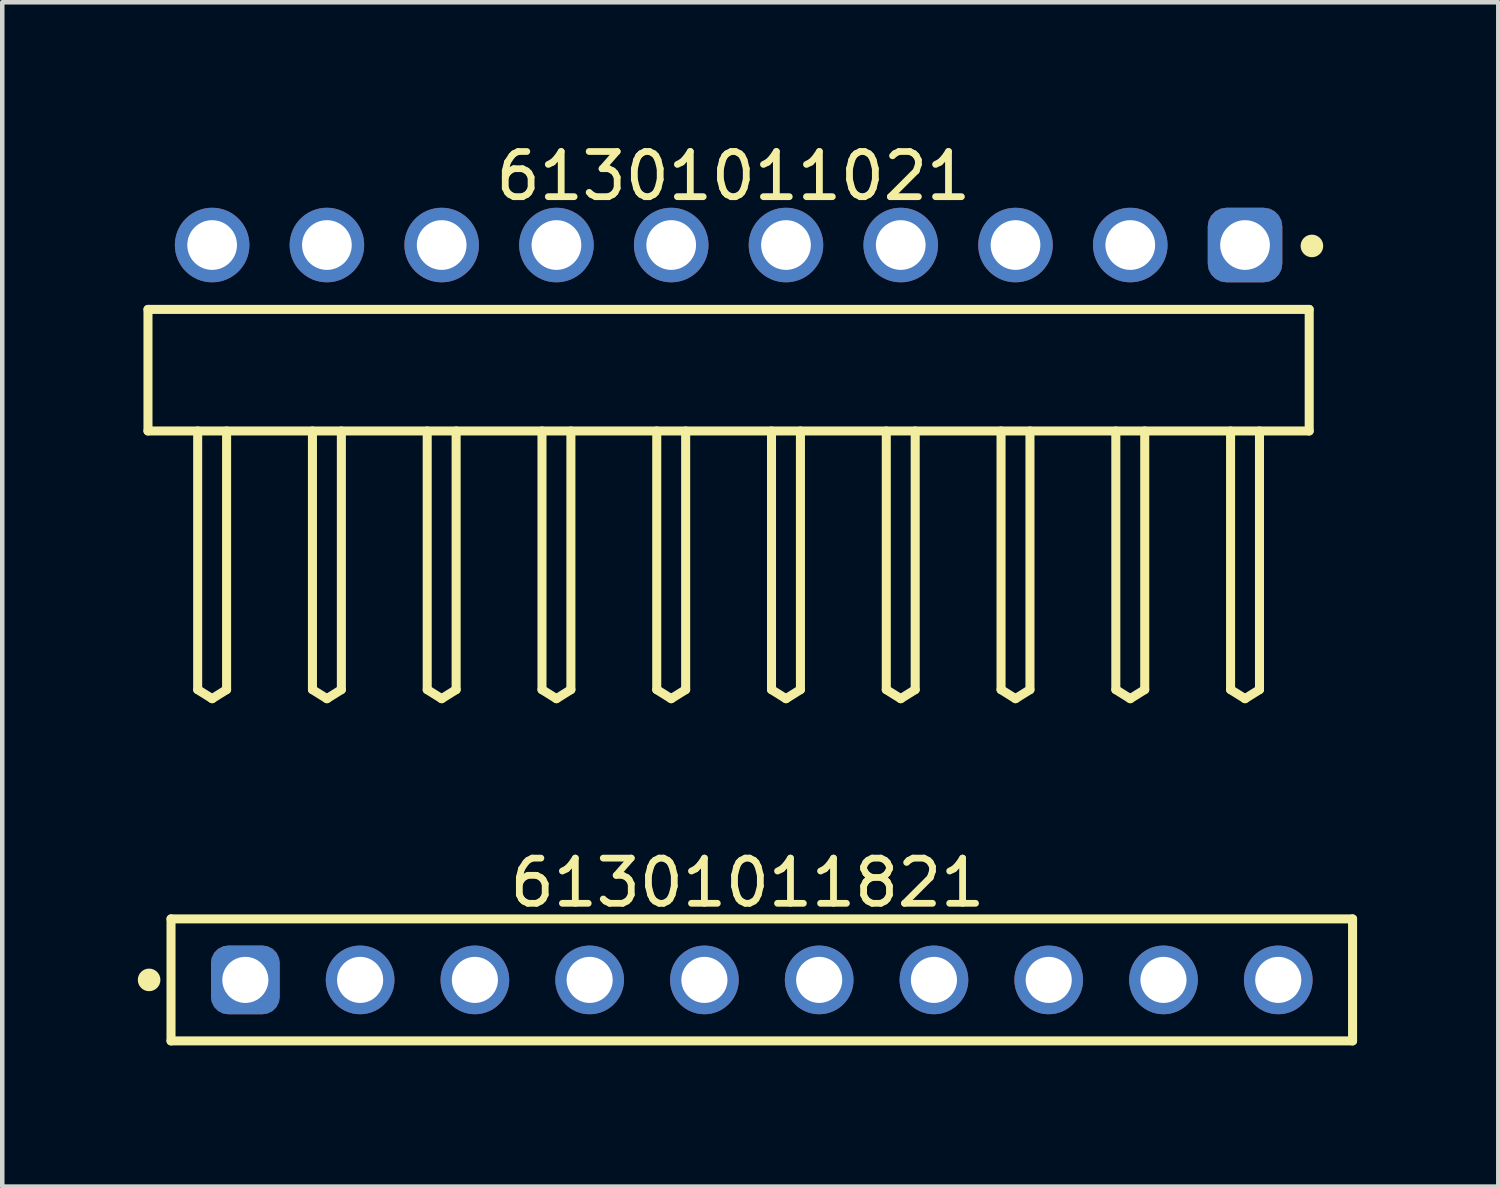
<source format=kicad_pcb>
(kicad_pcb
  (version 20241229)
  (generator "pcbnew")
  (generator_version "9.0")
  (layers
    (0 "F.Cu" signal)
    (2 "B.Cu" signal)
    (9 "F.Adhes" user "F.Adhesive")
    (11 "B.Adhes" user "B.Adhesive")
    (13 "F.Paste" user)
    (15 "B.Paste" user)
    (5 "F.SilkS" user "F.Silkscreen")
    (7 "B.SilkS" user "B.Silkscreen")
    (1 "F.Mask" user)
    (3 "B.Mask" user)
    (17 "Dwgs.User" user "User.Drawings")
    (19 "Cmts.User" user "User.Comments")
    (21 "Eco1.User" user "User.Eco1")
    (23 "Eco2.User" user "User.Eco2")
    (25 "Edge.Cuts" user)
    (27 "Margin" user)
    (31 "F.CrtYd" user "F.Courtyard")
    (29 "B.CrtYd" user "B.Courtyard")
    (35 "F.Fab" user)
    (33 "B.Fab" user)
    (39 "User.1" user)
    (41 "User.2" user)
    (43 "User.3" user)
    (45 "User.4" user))
  (footprint "61301011021"
    (layer "F.Cu")
    (at 13.075 5.143)
    (property "Reference" "61301011021" (at 0.105 -4.295 0) (layer "F.SilkS") (effects (font (size 1 1) (thickness 0.15))))
    (fp_line (start -12.85 -1.345) (end 12.85 -1.345) (stroke (width 0.2) (type solid)) (layer "F.SilkS"))
    (fp_line (start -12.85 1.345) (end -12.85 -1.345) (stroke (width 0.2) (type solid)) (layer "F.SilkS"))
    (fp_line (start -12.85 1.345) (end 12.85 1.345) (stroke (width 0.2) (type solid)) (layer "F.SilkS"))
    (fp_line (start -11.75 7.07) (end -11.75 1.345) (stroke (width 0.2) (type solid)) (layer "F.SilkS"))
    (fp_line (start -11.75 7.07) (end -11.43 7.27) (stroke (width 0.2) (type solid)) (layer "F.SilkS"))
    (fp_line (start -11.43 7.27) (end -11.11 7.07) (stroke (width 0.2) (type solid)) (layer "F.SilkS"))
    (fp_line (start -11.11 7.07) (end -11.11 1.345) (stroke (width 0.2) (type solid)) (layer "F.SilkS"))
    (fp_line (start -9.21 7.07) (end -9.21 1.345) (stroke (width 0.2) (type solid)) (layer "F.SilkS"))
    (fp_line (start -9.21 7.07) (end -8.89 7.27) (stroke (width 0.2) (type solid)) (layer "F.SilkS"))
    (fp_line (start -8.89 7.27) (end -8.57 7.07) (stroke (width 0.2) (type solid)) (layer "F.SilkS"))
    (fp_line (start -8.57 7.07) (end -8.57 1.345) (stroke (width 0.2) (type solid)) (layer "F.SilkS"))
    (fp_line (start -6.67 7.07) (end -6.67 1.345) (stroke (width 0.2) (type solid)) (layer "F.SilkS"))
    (fp_line (start -6.67 7.07) (end -6.35 7.27) (stroke (width 0.2) (type solid)) (layer "F.SilkS"))
    (fp_line (start -6.35 7.27) (end -6.03 7.07) (stroke (width 0.2) (type solid)) (layer "F.SilkS"))
    (fp_line (start -6.03 7.07) (end -6.03 1.345) (stroke (width 0.2) (type solid)) (layer "F.SilkS"))
    (fp_line (start -4.13 7.07) (end -4.13 1.345) (stroke (width 0.2) (type solid)) (layer "F.SilkS"))
    (fp_line (start -4.13 7.07) (end -3.81 7.27) (stroke (width 0.2) (type solid)) (layer "F.SilkS"))
    (fp_line (start -3.81 7.27) (end -3.49 7.07) (stroke (width 0.2) (type solid)) (layer "F.SilkS"))
    (fp_line (start -3.49 7.07) (end -3.49 1.345) (stroke (width 0.2) (type solid)) (layer "F.SilkS"))
    (fp_line (start -1.59 7.07) (end -1.59 1.345) (stroke (width 0.2) (type solid)) (layer "F.SilkS"))
    (fp_line (start -1.59 7.07) (end -1.27 7.27) (stroke (width 0.2) (type solid)) (layer "F.SilkS"))
    (fp_line (start -1.27 7.27) (end -0.95 7.07) (stroke (width 0.2) (type solid)) (layer "F.SilkS"))
    (fp_line (start -0.95 7.07) (end -0.95 1.345) (stroke (width 0.2) (type solid)) (layer "F.SilkS"))
    (fp_line (start 0.95 7.07) (end 0.95 1.345) (stroke (width 0.2) (type solid)) (layer "F.SilkS"))
    (fp_line (start 0.95 7.07) (end 1.27 7.27) (stroke (width 0.2) (type solid)) (layer "F.SilkS"))
    (fp_line (start 1.27 7.27) (end 1.59 7.07) (stroke (width 0.2) (type solid)) (layer "F.SilkS"))
    (fp_line (start 1.59 7.07) (end 1.59 1.345) (stroke (width 0.2) (type solid)) (layer "F.SilkS"))
    (fp_line (start 3.49 7.07) (end 3.49 1.345) (stroke (width 0.2) (type solid)) (layer "F.SilkS"))
    (fp_line (start 3.49 7.07) (end 3.81 7.27) (stroke (width 0.2) (type solid)) (layer "F.SilkS"))
    (fp_line (start 3.81 7.27) (end 4.13 7.07) (stroke (width 0.2) (type solid)) (layer "F.SilkS"))
    (fp_line (start 4.13 7.07) (end 4.13 1.345) (stroke (width 0.2) (type solid)) (layer "F.SilkS"))
    (fp_line (start 6.03 7.07) (end 6.03 1.345) (stroke (width 0.2) (type solid)) (layer "F.SilkS"))
    (fp_line (start 6.03 7.07) (end 6.35 7.27) (stroke (width 0.2) (type solid)) (layer "F.SilkS"))
    (fp_line (start 6.35 7.27) (end 6.67 7.07) (stroke (width 0.2) (type solid)) (layer "F.SilkS"))
    (fp_line (start 6.67 7.07) (end 6.67 1.345) (stroke (width 0.2) (type solid)) (layer "F.SilkS"))
    (fp_line (start 8.57 7.07) (end 8.57 1.345) (stroke (width 0.2) (type solid)) (layer "F.SilkS"))
    (fp_line (start 8.57 7.07) (end 8.89 7.27) (stroke (width 0.2) (type solid)) (layer "F.SilkS"))
    (fp_line (start 8.89 7.27) (end 9.21 7.07) (stroke (width 0.2) (type solid)) (layer "F.SilkS"))
    (fp_line (start 9.21 7.07) (end 9.21 1.345) (stroke (width 0.2) (type solid)) (layer "F.SilkS"))
    (fp_line (start 11.11 7.07) (end 11.11 1.345) (stroke (width 0.2) (type solid)) (layer "F.SilkS"))
    (fp_line (start 11.11 7.07) (end 11.43 7.27) (stroke (width 0.2) (type solid)) (layer "F.SilkS"))
    (fp_line (start 11.43 7.27) (end 11.75 7.07) (stroke (width 0.2) (type solid)) (layer "F.SilkS"))
    (fp_line (start 11.75 7.07) (end 11.75 1.345) (stroke (width 0.2) (type solid)) (layer "F.SilkS"))
    (fp_line (start 12.85 1.345) (end 12.85 -1.345) (stroke (width 0.2) (type solid)) (layer "F.SilkS"))
    (fp_circle (center 12.91 -2.75) (end 12.91 -2.875) (stroke (width 0.25) (type solid)) (fill no) (layer "F.SilkS"))
    (fp_line (start -13.05 -3.795) (end 13.05 -3.795) (stroke (width 0.05) (type solid)) (layer "Eco2.User"))
    (fp_line (start -13.05 7.47) (end -13.05 -3.795) (stroke (width 0.05) (type solid)) (layer "Eco2.User"))
    (fp_line (start -13.05 7.47) (end 13.05 7.47) (stroke (width 0.05) (type solid)) (layer "Eco2.User"))
    (fp_line (start -12.7 -1.27) (end 12.7 -1.27) (stroke (width 0.1) (type solid)) (layer "Eco2.User"))
    (fp_line (start -12.7 1.27) (end -12.7 -1.27) (stroke (width 0.1) (type solid)) (layer "Eco2.User"))
    (fp_line (start -12.7 1.27) (end 12.7 1.27) (stroke (width 0.1) (type solid)) (layer "Eco2.User"))
    (fp_line (start -11.75 -3.09) (end -11.11 -3.09) (stroke (width 0.1) (type solid)) (layer "Eco2.User"))
    (fp_line (start -11.75 -1.27) (end -11.75 -3.09) (stroke (width 0.1) (type solid)) (layer "Eco2.User"))
    (fp_line (start -11.75 7.07) (end -11.75 1.27) (stroke (width 0.1) (type solid)) (layer "Eco2.User"))
    (fp_line (start -11.75 7.07) (end -11.43 7.27) (stroke (width 0.1) (type solid)) (layer "Eco2.User"))
    (fp_line (start -11.43 7.27) (end -11.11 7.07) (stroke (width 0.1) (type solid)) (layer "Eco2.User"))
    (fp_line (start -11.11 -1.27) (end -11.11 -3.09) (stroke (width 0.1) (type solid)) (layer "Eco2.User"))
    (fp_line (start -11.11 7.07) (end -11.11 1.27) (stroke (width 0.1) (type solid)) (layer "Eco2.User"))
    (fp_line (start -9.21 -3.09) (end -8.57 -3.09) (stroke (width 0.1) (type solid)) (layer "Eco2.User"))
    (fp_line (start -9.21 -1.27) (end -9.21 -3.09) (stroke (width 0.1) (type solid)) (layer "Eco2.User"))
    (fp_line (start -9.21 7.07) (end -9.21 1.27) (stroke (width 0.1) (type solid)) (layer "Eco2.User"))
    (fp_line (start -9.21 7.07) (end -8.89 7.27) (stroke (width 0.1) (type solid)) (layer "Eco2.User"))
    (fp_line (start -8.89 7.27) (end -8.57 7.07) (stroke (width 0.1) (type solid)) (layer "Eco2.User"))
    (fp_line (start -8.57 -1.27) (end -8.57 -3.09) (stroke (width 0.1) (type solid)) (layer "Eco2.User"))
    (fp_line (start -8.57 7.07) (end -8.57 1.27) (stroke (width 0.1) (type solid)) (layer "Eco2.User"))
    (fp_line (start -6.67 -3.09) (end -6.03 -3.09) (stroke (width 0.1) (type solid)) (layer "Eco2.User"))
    (fp_line (start -6.67 -1.27) (end -6.67 -3.09) (stroke (width 0.1) (type solid)) (layer "Eco2.User"))
    (fp_line (start -6.67 7.07) (end -6.67 1.27) (stroke (width 0.1) (type solid)) (layer "Eco2.User"))
    (fp_line (start -6.67 7.07) (end -6.35 7.27) (stroke (width 0.1) (type solid)) (layer "Eco2.User"))
    (fp_line (start -6.35 7.27) (end -6.03 7.07) (stroke (width 0.1) (type solid)) (layer "Eco2.User"))
    (fp_line (start -6.03 -1.27) (end -6.03 -3.09) (stroke (width 0.1) (type solid)) (layer "Eco2.User"))
    (fp_line (start -6.03 7.07) (end -6.03 1.27) (stroke (width 0.1) (type solid)) (layer "Eco2.User"))
    (fp_line (start -4.13 -3.09) (end -3.49 -3.09) (stroke (width 0.1) (type solid)) (layer "Eco2.User"))
    (fp_line (start -4.13 -1.27) (end -4.13 -3.09) (stroke (width 0.1) (type solid)) (layer "Eco2.User"))
    (fp_line (start -4.13 7.07) (end -4.13 1.27) (stroke (width 0.1) (type solid)) (layer "Eco2.User"))
    (fp_line (start -4.13 7.07) (end -3.81 7.27) (stroke (width 0.1) (type solid)) (layer "Eco2.User"))
    (fp_line (start -3.81 7.27) (end -3.49 7.07) (stroke (width 0.1) (type solid)) (layer "Eco2.User"))
    (fp_line (start -3.49 -1.27) (end -3.49 -3.09) (stroke (width 0.1) (type solid)) (layer "Eco2.User"))
    (fp_line (start -3.49 7.07) (end -3.49 1.27) (stroke (width 0.1) (type solid)) (layer "Eco2.User"))
    (fp_line (start -1.59 -3.09) (end -0.95 -3.09) (stroke (width 0.1) (type solid)) (layer "Eco2.User"))
    (fp_line (start -1.59 -1.27) (end -1.59 -3.09) (stroke (width 0.1) (type solid)) (layer "Eco2.User"))
    (fp_line (start -1.59 7.07) (end -1.59 1.27) (stroke (width 0.1) (type solid)) (layer "Eco2.User"))
    (fp_line (start -1.59 7.07) (end -1.27 7.27) (stroke (width 0.1) (type solid)) (layer "Eco2.User"))
    (fp_line (start -1.27 7.27) (end -0.95 7.07) (stroke (width 0.1) (type solid)) (layer "Eco2.User"))
    (fp_line (start -0.95 -1.27) (end -0.95 -3.09) (stroke (width 0.1) (type solid)) (layer "Eco2.User"))
    (fp_line (start -0.95 7.07) (end -0.95 1.27) (stroke (width 0.1) (type solid)) (layer "Eco2.User"))
    (fp_line (start -0.5 0) (end 0.5 0) (stroke (width 0.05) (type solid)) (layer "Eco2.User"))
    (fp_line (start 0 0.5) (end 0 -0.5) (stroke (width 0.05) (type solid)) (layer "Eco2.User"))
    (fp_line (start 0.95 -3.09) (end 1.59 -3.09) (stroke (width 0.1) (type solid)) (layer "Eco2.User"))
    (fp_line (start 0.95 -1.27) (end 0.95 -3.09) (stroke (width 0.1) (type solid)) (layer "Eco2.User"))
    (fp_line (start 0.95 7.07) (end 0.95 1.27) (stroke (width 0.1) (type solid)) (layer "Eco2.User"))
    (fp_line (start 0.95 7.07) (end 1.27 7.27) (stroke (width 0.1) (type solid)) (layer "Eco2.User"))
    (fp_line (start 1.27 7.27) (end 1.59 7.07) (stroke (width 0.1) (type solid)) (layer "Eco2.User"))
    (fp_line (start 1.59 -1.27) (end 1.59 -3.09) (stroke (width 0.1) (type solid)) (layer "Eco2.User"))
    (fp_line (start 1.59 7.07) (end 1.59 1.27) (stroke (width 0.1) (type solid)) (layer "Eco2.User"))
    (fp_line (start 3.49 -3.09) (end 4.13 -3.09) (stroke (width 0.1) (type solid)) (layer "Eco2.User"))
    (fp_line (start 3.49 -1.27) (end 3.49 -3.09) (stroke (width 0.1) (type solid)) (layer "Eco2.User"))
    (fp_line (start 3.49 7.07) (end 3.49 1.27) (stroke (width 0.1) (type solid)) (layer "Eco2.User"))
    (fp_line (start 3.49 7.07) (end 3.81 7.27) (stroke (width 0.1) (type solid)) (layer "Eco2.User"))
    (fp_line (start 3.81 7.27) (end 4.13 7.07) (stroke (width 0.1) (type solid)) (layer "Eco2.User"))
    (fp_line (start 4.13 -1.27) (end 4.13 -3.09) (stroke (width 0.1) (type solid)) (layer "Eco2.User"))
    (fp_line (start 4.13 7.07) (end 4.13 1.27) (stroke (width 0.1) (type solid)) (layer "Eco2.User"))
    (fp_line (start 6.03 -3.09) (end 6.67 -3.09) (stroke (width 0.1) (type solid)) (layer "Eco2.User"))
    (fp_line (start 6.03 -1.27) (end 6.03 -3.09) (stroke (width 0.1) (type solid)) (layer "Eco2.User"))
    (fp_line (start 6.03 7.07) (end 6.03 1.27) (stroke (width 0.1) (type solid)) (layer "Eco2.User"))
    (fp_line (start 6.03 7.07) (end 6.35 7.27) (stroke (width 0.1) (type solid)) (layer "Eco2.User"))
    (fp_line (start 6.35 7.27) (end 6.67 7.07) (stroke (width 0.1) (type solid)) (layer "Eco2.User"))
    (fp_line (start 6.67 -1.27) (end 6.67 -3.09) (stroke (width 0.1) (type solid)) (layer "Eco2.User"))
    (fp_line (start 6.67 7.07) (end 6.67 1.27) (stroke (width 0.1) (type solid)) (layer "Eco2.User"))
    (fp_line (start 8.57 -3.09) (end 9.21 -3.09) (stroke (width 0.1) (type solid)) (layer "Eco2.User"))
    (fp_line (start 8.57 -1.27) (end 8.57 -3.09) (stroke (width 0.1) (type solid)) (layer "Eco2.User"))
    (fp_line (start 8.57 7.07) (end 8.57 1.27) (stroke (width 0.1) (type solid)) (layer "Eco2.User"))
    (fp_line (start 8.57 7.07) (end 8.89 7.27) (stroke (width 0.1) (type solid)) (layer "Eco2.User"))
    (fp_line (start 8.89 7.27) (end 9.21 7.07) (stroke (width 0.1) (type solid)) (layer "Eco2.User"))
    (fp_line (start 9.21 -1.27) (end 9.21 -3.09) (stroke (width 0.1) (type solid)) (layer "Eco2.User"))
    (fp_line (start 9.21 7.07) (end 9.21 1.27) (stroke (width 0.1) (type solid)) (layer "Eco2.User"))
    (fp_line (start 11.11 -3.09) (end 11.75 -3.09) (stroke (width 0.1) (type solid)) (layer "Eco2.User"))
    (fp_line (start 11.11 -1.27) (end 11.11 -3.09) (stroke (width 0.1) (type solid)) (layer "Eco2.User"))
    (fp_line (start 11.11 7.07) (end 11.11 1.27) (stroke (width 0.1) (type solid)) (layer "Eco2.User"))
    (fp_line (start 11.11 7.07) (end 11.43 7.27) (stroke (width 0.1) (type solid)) (layer "Eco2.User"))
    (fp_line (start 11.43 7.27) (end 11.75 7.07) (stroke (width 0.1) (type solid)) (layer "Eco2.User"))
    (fp_line (start 11.75 -1.27) (end 11.75 -3.09) (stroke (width 0.1) (type solid)) (layer "Eco2.User"))
    (fp_line (start 11.75 7.07) (end 11.75 1.27) (stroke (width 0.1) (type solid)) (layer "Eco2.User"))
    (fp_line (start 12.7 1.27) (end 12.7 -1.27) (stroke (width 0.1) (type solid)) (layer "Eco2.User"))
    (fp_line (start 13.05 7.47) (end 13.05 -3.795) (stroke (width 0.05) (type solid)) (layer "Eco2.User"))
    (fp_text user "${REFERENCE}" (at 0.15 -0.197 0) (unlocked yes) (layer "User.3") (effects (font (size 1.5 1.5) (thickness 0.15))))
    (pad "1" thru_hole roundrect (at 11.43 -2.77) (size 1.65 1.65) (drill 1.1) (layers "*.Cu" "*.Mask") (roundrect_rratio 0.25))
    (pad "2" thru_hole circle (at 8.89 -2.77) (size 1.65 1.65) (drill 1.1) (layers "*.Cu" "*.Mask"))
    (pad "3" thru_hole circle (at 6.35 -2.77) (size 1.65 1.65) (drill 1.1) (layers "*.Cu" "*.Mask"))
    (pad "4" thru_hole circle (at 3.81 -2.77) (size 1.65 1.65) (drill 1.1) (layers "*.Cu" "*.Mask"))
    (pad "5" thru_hole circle (at 1.27 -2.77) (size 1.65 1.65) (drill 1.1) (layers "*.Cu" "*.Mask"))
    (pad "6" thru_hole circle (at -1.27 -2.77) (size 1.65 1.65) (drill 1.1) (layers "*.Cu" "*.Mask"))
    (pad "7" thru_hole circle (at -3.81 -2.77) (size 1.65 1.65) (drill 1.1) (layers "*.Cu" "*.Mask"))
    (pad "8" thru_hole circle (at -6.35 -2.77) (size 1.65 1.65) (drill 1.1) (layers "*.Cu" "*.Mask"))
    (pad "9" thru_hole circle (at -8.89 -2.77) (size 1.65 1.65) (drill 1.1) (layers "*.Cu" "*.Mask"))
    (pad "10" thru_hole circle (at -11.43 -2.77) (size 1.65 1.65) (drill 1.1) (layers "*.Cu" "*.Mask")))
  (footprint "61301011821"
    (layer "F.Cu")
    (at 13.81 18.637)
    (property "Reference" "61301011821" (at -0.318 -2.15 0) (layer "F.SilkS") (effects (font (size 1 1) (thickness 0.15))))
    (fp_line (start -13.075 -1.35) (end 13.075 -1.35) (stroke (width 0.2) (type solid)) (layer "F.SilkS"))
    (fp_line (start -13.075 1.35) (end -13.075 -1.35) (stroke (width 0.2) (type solid)) (layer "F.SilkS"))
    (fp_line (start -13.075 1.35) (end 13.075 1.35) (stroke (width 0.2) (type solid)) (layer "F.SilkS"))
    (fp_line (start 13.075 1.35) (end 13.075 -1.35) (stroke (width 0.2) (type solid)) (layer "F.SilkS"))
    (fp_circle (center -13.56 0) (end -13.56 -0.125) (stroke (width 0.25) (type solid)) (fill no) (layer "F.SilkS"))
    (fp_line (start -13.275 -1.55) (end 13.275 -1.55) (stroke (width 0.05) (type solid)) (layer "Eco2.User"))
    (fp_line (start -13.275 1.55) (end -13.275 -1.55) (stroke (width 0.05) (type solid)) (layer "Eco2.User"))
    (fp_line (start -13.275 1.55) (end 13.275 1.55) (stroke (width 0.05) (type solid)) (layer "Eco2.User"))
    (fp_line (start -12.95 -1.25) (end 12.95 -1.25) (stroke (width 0.1) (type solid)) (layer "Eco2.User"))
    (fp_line (start -12.95 1.25) (end -12.95 -1.25) (stroke (width 0.1) (type solid)) (layer "Eco2.User"))
    (fp_line (start -12.95 1.25) (end 12.95 1.25) (stroke (width 0.1) (type solid)) (layer "Eco2.User"))
    (fp_line (start -0.5 0) (end 0.5 0) (stroke (width 0.05) (type solid)) (layer "Eco2.User"))
    (fp_line (start 0 0.5) (end 0 -0.5) (stroke (width 0.05) (type solid)) (layer "Eco2.User"))
    (fp_line (start 12.95 1.25) (end 12.95 -1.25) (stroke (width 0.1) (type solid)) (layer "Eco2.User"))
    (fp_line (start 13.275 1.55) (end 13.275 -1.55) (stroke (width 0.05) (type solid)) (layer "Eco2.User"))
    (fp_text user "${REFERENCE}" (at 0.15 -0.197 0) (unlocked yes) (layer "User.3") (effects (font (size 1.5 1.5) (thickness 0.15))))
    (pad "1" thru_hole roundrect (at -11.43 0) (size 1.52 1.52) (drill 1.02) (layers "*.Cu" "*.Mask") (roundrect_rratio 0.25))
    (pad "2" thru_hole circle (at -8.89 0) (size 1.52 1.52) (drill 1.02) (layers "*.Cu" "*.Mask"))
    (pad "3" thru_hole circle (at -6.35 0) (size 1.52 1.52) (drill 1.02) (layers "*.Cu" "*.Mask"))
    (pad "4" thru_hole circle (at -3.81 0) (size 1.52 1.52) (drill 1.02) (layers "*.Cu" "*.Mask"))
    (pad "5" thru_hole circle (at -1.27 0) (size 1.52 1.52) (drill 1.02) (layers "*.Cu" "*.Mask"))
    (pad "6" thru_hole circle (at 1.27 0) (size 1.52 1.52) (drill 1.02) (layers "*.Cu" "*.Mask"))
    (pad "7" thru_hole circle (at 3.81 0) (size 1.52 1.52) (drill 1.02) (layers "*.Cu" "*.Mask"))
    (pad "8" thru_hole circle (at 6.35 0) (size 1.52 1.52) (drill 1.02) (layers "*.Cu" "*.Mask"))
    (pad "9" thru_hole circle (at 8.89 0) (size 1.52 1.52) (drill 1.02) (layers "*.Cu" "*.Mask"))
    (pad "10" thru_hole circle (at 11.43 0) (size 1.52 1.52) (drill 1.02) (layers "*.Cu" "*.Mask")))
  (gr_rect
    (start -3 -3)
    (end 30.11 23.212)
    (stroke (width 0.1) (type default))
    (fill no)
    (layer "Edge.Cuts")))
</source>
